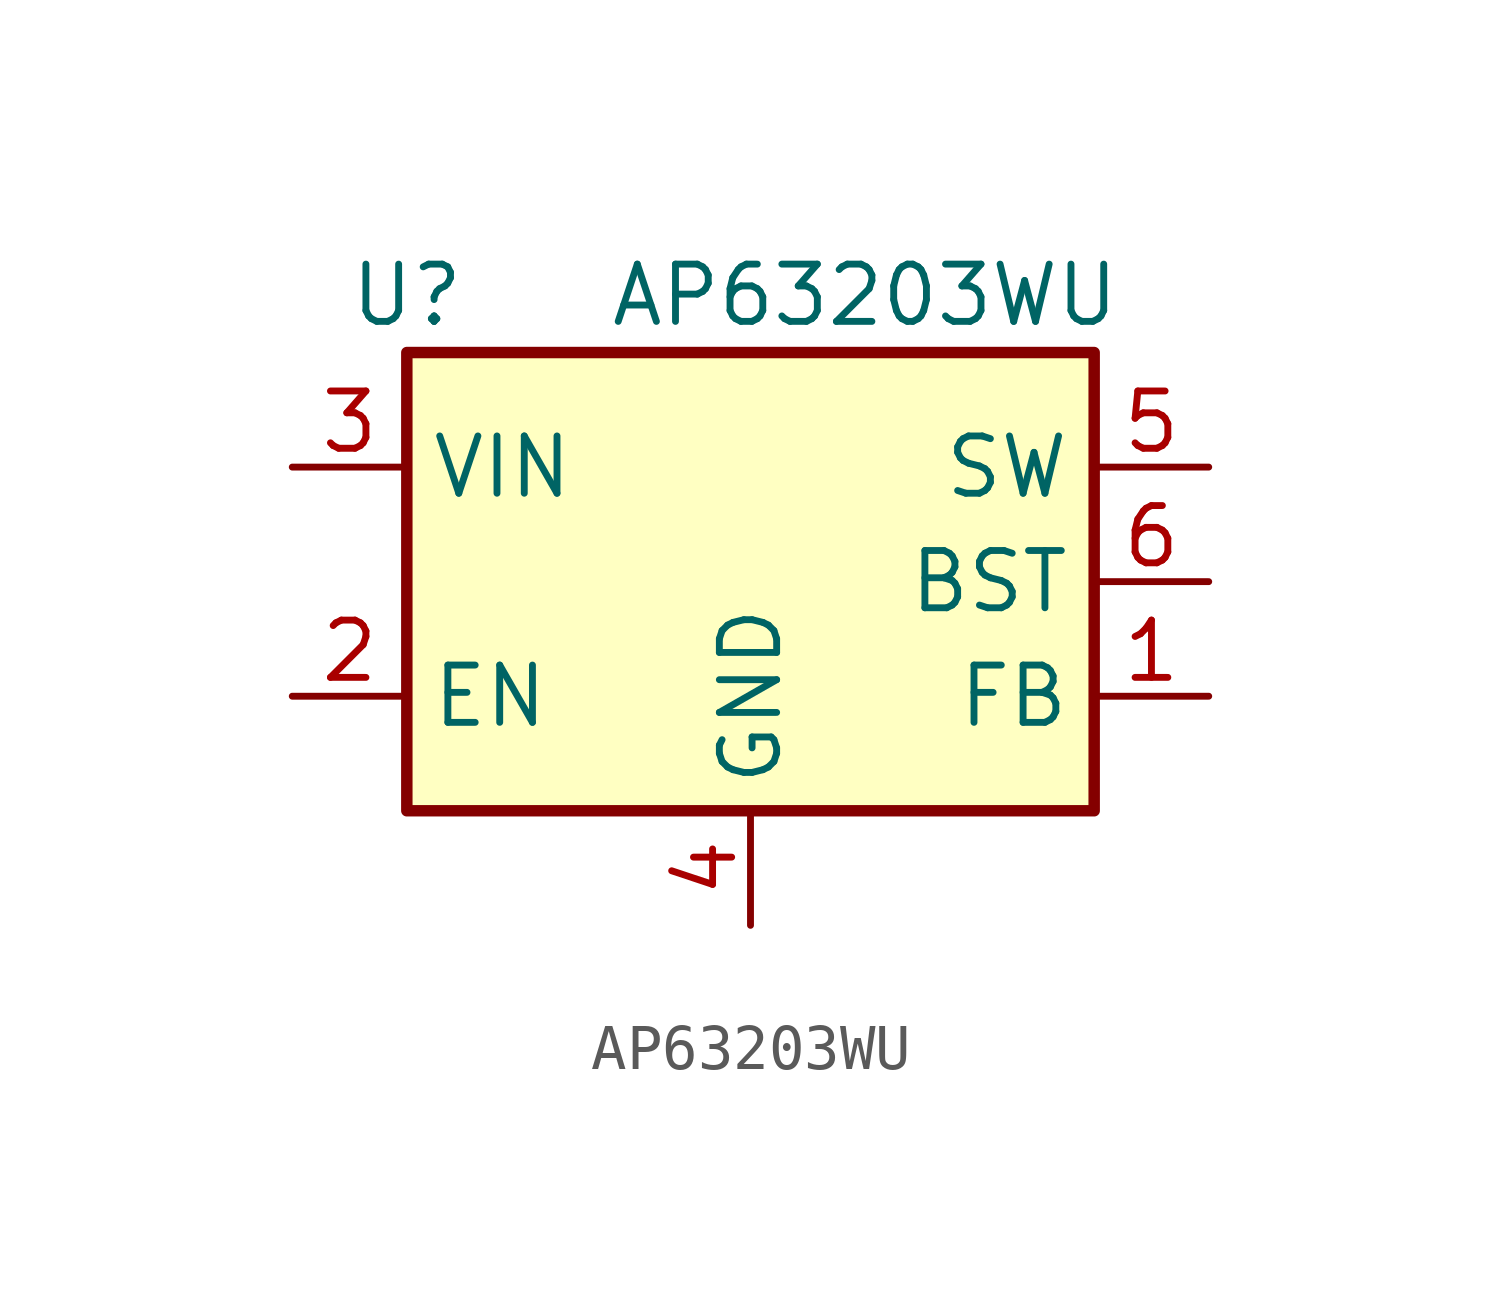
<source format=kicad_sym>
(kicad_symbol_lib
  (version 20220914)
  (generator kicad_symbol_editor)
  (symbol "AP63203WU"
    (property "Reference" "U"
      (at -7.62 6.35 0)
      (effects (font (size 1.27 1.27))))
    (property "Value" "AP63203WU"
      (at 2.54 6.35 0)
      (effects (font (size 1.27 1.27))))
    (symbol "AP63203WU_0_1"
      (rectangle (start -7.62 5.08) (end 7.62 -5.08) (stroke (width 0.254) (type default)) (fill (type background))))
    (symbol "AP63203WU_1_1"
      (pin input line (at 10.16 -2.54 180) (length 2.54) (name "FB" (effects (font (size 1.27 1.27)))) (number "1" (effects (font (size 1.27 1.27)))))
      (pin input line (at -10.16 -2.54 0) (length 2.54) (name "EN" (effects (font (size 1.27 1.27)))) (number "2" (effects (font (size 1.27 1.27)))))
      (pin power_in line (at -10.16 2.54 0) (length 2.54) (name "VIN" (effects (font (size 1.27 1.27)))) (number "3" (effects (font (size 1.27 1.27)))))
      (pin power_in line (at 0 -7.62 90) (length 2.54) (name "GND" (effects (font (size 1.27 1.27)))) (number "4" (effects (font (size 1.27 1.27)))))
      (pin output line (at 10.16 2.54 180) (length 2.54) (name "SW" (effects (font (size 1.27 1.27)))) (number "5" (effects (font (size 1.27 1.27)))))
      (pin passive line (at 10.16 0 180) (length 2.54) (name "BST" (effects (font (size 1.27 1.27)))) (number "6" (effects (font (size 1.27 1.27))))))))
</source>
